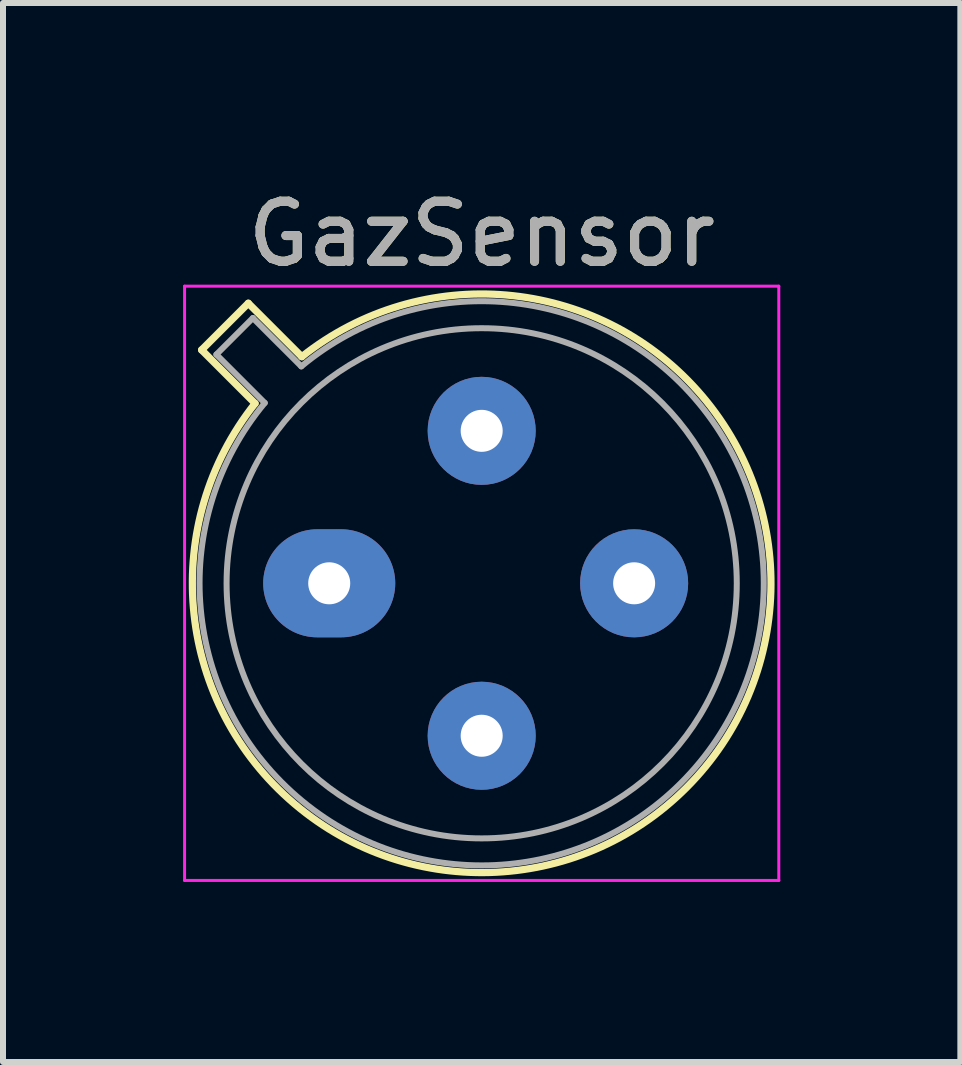
<source format=kicad_pcb>
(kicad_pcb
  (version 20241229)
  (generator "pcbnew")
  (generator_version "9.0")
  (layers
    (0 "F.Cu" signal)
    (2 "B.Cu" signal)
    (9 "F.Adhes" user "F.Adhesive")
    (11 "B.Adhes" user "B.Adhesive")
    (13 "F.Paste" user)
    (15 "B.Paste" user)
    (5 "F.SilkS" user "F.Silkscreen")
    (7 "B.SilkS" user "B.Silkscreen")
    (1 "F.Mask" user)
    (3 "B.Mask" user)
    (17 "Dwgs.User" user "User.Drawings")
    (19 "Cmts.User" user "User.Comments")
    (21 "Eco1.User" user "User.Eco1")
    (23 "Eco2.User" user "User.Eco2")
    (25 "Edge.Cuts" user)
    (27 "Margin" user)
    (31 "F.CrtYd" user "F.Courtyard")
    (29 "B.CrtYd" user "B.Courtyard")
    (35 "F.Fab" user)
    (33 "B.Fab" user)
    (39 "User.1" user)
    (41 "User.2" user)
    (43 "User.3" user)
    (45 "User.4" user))
  (footprint "GazSensor"
    (layer "F.Cu")
    (at 2.435 6.668)
    (property "Reference" "GazSensor" (at 2.54 -5.82 0) (layer "F.SilkS") (effects (font (size 1 1) (thickness 0.15))))
    (attr through_hole)
    (fp_line (start -2.126 -3.888) (end -1.235 -2.997) (stroke (width 0.12) (type solid)) (layer "F.SilkS"))
    (fp_line (start -1.348 -4.666) (end -2.126 -3.888) (stroke (width 0.12) (type solid)) (layer "F.SilkS"))
    (fp_line (start -0.457 -3.775) (end -1.348 -4.666) (stroke (width 0.12) (type solid)) (layer "F.SilkS"))
    (fp_arc (start -0.457084 -3.774902) (mid 5.948125 3.408384) (end -1.234674 -2.997371) (stroke (width 0.12) (type solid)) (layer "F.SilkS"))
    (fp_line (start -2.41 -4.95) (end -2.41 4.95) (stroke (width 0.05) (type solid)) (layer "F.CrtYd"))
    (fp_line (start -2.41 4.95) (end 7.49 4.95) (stroke (width 0.05) (type solid)) (layer "F.CrtYd"))
    (fp_line (start 7.49 -4.95) (end -2.41 -4.95) (stroke (width 0.05) (type solid)) (layer "F.CrtYd"))
    (fp_line (start 7.49 4.95) (end 7.49 -4.95) (stroke (width 0.05) (type solid)) (layer "F.CrtYd"))
    (fp_line (start -1.88 -3.812) (end -1.074 -3.005) (stroke (width 0.1) (type solid)) (layer "F.Fab"))
    (fp_line (start -1.272 -4.42) (end -1.88 -3.812) (stroke (width 0.1) (type solid)) (layer "F.Fab"))
    (fp_line (start -0.465 -3.614) (end -1.272 -4.42) (stroke (width 0.1) (type solid)) (layer "F.Fab"))
    (fp_arc (start -0.465408 -3.61352) (mid 5.863443 3.323361) (end -1.073594 -3.005319) (stroke (width 0.1) (type solid)) (layer "F.Fab"))
    (fp_circle (center 2.54 0) (end 6.79 0) (stroke (width 0.1) (type solid)) (fill no) (layer "F.Fab"))
    (fp_text user "${REFERENCE}" (at 2.54 -5.82 0) (layer "F.Fab") (effects (font (size 1 1) (thickness 0.15))))
    (pad "1" thru_hole oval (at 0 0) (size 2.2 1.8) (drill 0.7) (layers "*.Cu" "*.Mask"))
    (pad "2" thru_hole oval (at 2.54 2.54) (size 1.8 1.8) (drill 0.7) (layers "*.Cu" "*.Mask"))
    (pad "3" thru_hole oval (at 5.08 0) (size 1.8 1.8) (drill 0.7) (layers "*.Cu" "*.Mask"))
    (pad "4" thru_hole oval (at 2.54 -2.54) (size 1.8 1.8) (drill 0.7) (layers "*.Cu" "*.Mask")))
  (gr_rect
    (start -3 -3)
    (end 12.95 14.643)
    (stroke (width 0.1) (type default))
    (fill no)
    (layer "Edge.Cuts")))
</source>
